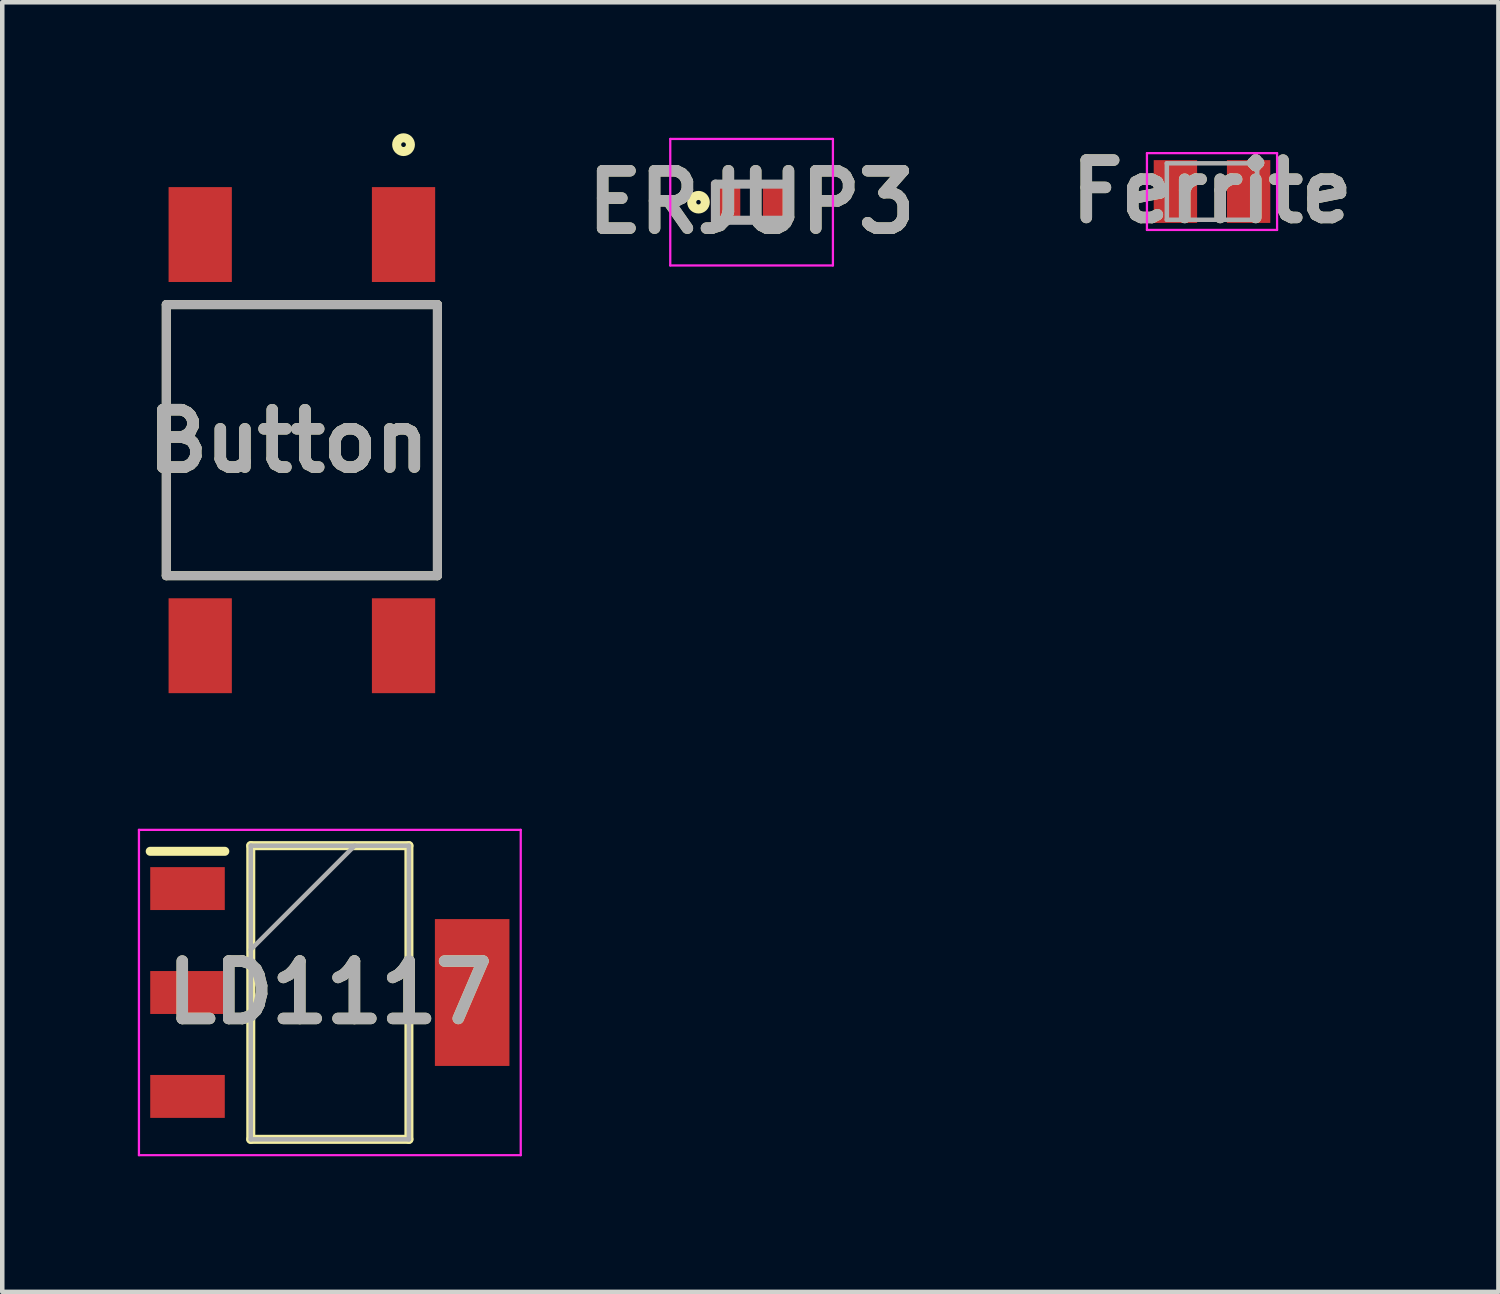
<source format=kicad_pcb>
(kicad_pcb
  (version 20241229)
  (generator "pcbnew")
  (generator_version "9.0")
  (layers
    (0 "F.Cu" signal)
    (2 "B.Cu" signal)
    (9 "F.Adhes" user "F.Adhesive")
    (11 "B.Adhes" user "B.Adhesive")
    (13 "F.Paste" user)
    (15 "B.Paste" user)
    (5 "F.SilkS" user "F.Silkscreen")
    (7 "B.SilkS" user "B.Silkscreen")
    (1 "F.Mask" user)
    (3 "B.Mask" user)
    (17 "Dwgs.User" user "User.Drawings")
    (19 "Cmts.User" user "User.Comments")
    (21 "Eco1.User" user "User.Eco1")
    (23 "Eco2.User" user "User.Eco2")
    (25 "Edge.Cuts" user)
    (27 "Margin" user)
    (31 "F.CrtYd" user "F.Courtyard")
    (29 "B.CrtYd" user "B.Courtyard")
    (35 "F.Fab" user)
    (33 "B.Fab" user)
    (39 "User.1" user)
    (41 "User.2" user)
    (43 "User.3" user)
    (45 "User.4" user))
  (footprint "LD1117"
    (layer "F.Cu")
    (at 4.25 18.916)
    (property "Reference" "LD1117" (at 0 0 0) (layer "F.SilkS") (effects (font (size 1.27 1.27) (thickness 0.254))))
    (attr smd)
    (fp_line (start -3.975 -3.125) (end -2.325 -3.125) (stroke (width 0.2) (type solid)) (layer "F.SilkS"))
    (fp_line (start -1.75 -3.25) (end 1.75 -3.25) (stroke (width 0.2) (type solid)) (layer "F.SilkS"))
    (fp_line (start -1.75 3.25) (end -1.75 -3.25) (stroke (width 0.2) (type solid)) (layer "F.SilkS"))
    (fp_line (start 1.75 -3.25) (end 1.75 3.25) (stroke (width 0.2) (type solid)) (layer "F.SilkS"))
    (fp_line (start 1.75 3.25) (end -1.75 3.25) (stroke (width 0.2) (type solid)) (layer "F.SilkS"))
    (fp_line (start -4.225 -3.6) (end 4.225 -3.6) (stroke (width 0.05) (type solid)) (layer "F.CrtYd"))
    (fp_line (start -4.225 3.6) (end -4.225 -3.6) (stroke (width 0.05) (type solid)) (layer "F.CrtYd"))
    (fp_line (start 4.225 -3.6) (end 4.225 3.6) (stroke (width 0.05) (type solid)) (layer "F.CrtYd"))
    (fp_line (start 4.225 3.6) (end -4.225 3.6) (stroke (width 0.05) (type solid)) (layer "F.CrtYd"))
    (fp_line (start -1.75 -3.25) (end 1.75 -3.25) (stroke (width 0.1) (type solid)) (layer "F.Fab"))
    (fp_line (start -1.75 -0.95) (end 0.55 -3.25) (stroke (width 0.1) (type solid)) (layer "F.Fab"))
    (fp_line (start -1.75 3.25) (end -1.75 -3.25) (stroke (width 0.1) (type solid)) (layer "F.Fab"))
    (fp_line (start 1.75 -3.25) (end 1.75 3.25) (stroke (width 0.1) (type solid)) (layer "F.Fab"))
    (fp_line (start 1.75 3.25) (end -1.75 3.25) (stroke (width 0.1) (type solid)) (layer "F.Fab"))
    (fp_text user "${REFERENCE}" (at 0 0 0) (layer "F.Fab") (effects (font (size 1.27 1.27) (thickness 0.254))))
    (pad "1" smd rect (at -3.15 -2.3 90) (size 0.95 1.65) (layers "F.Cu" "F.Mask" "F.Paste"))
    (pad "2" smd rect (at -3.15 0 90) (size 0.95 1.65) (layers "F.Cu" "F.Mask" "F.Paste"))
    (pad "3" smd rect (at -3.15 2.3 90) (size 0.95 1.65) (layers "F.Cu" "F.Mask" "F.Paste"))
    (pad "4" smd rect (at 3.15 0) (size 1.65 3.25) (layers "F.Cu" "F.Mask" "F.Paste")))
  (footprint "Button"
    (layer "F.Cu")
    (at 3.631 6.691)
    (property "Reference" "Button" (at -0.293 0.022 0) (layer "F.SilkS") (effects (font (size 1.27 1.27) (thickness 0.254))))
    (attr smd)
    (fp_line (start -3 -3) (end -3 3) (stroke (width 0.2) (type solid)) (layer "F.SilkS"))
    (fp_line (start -3 3) (end 3 3) (stroke (width 0.2) (type solid)) (layer "F.SilkS"))
    (fp_line (start 3 -3) (end -3 -3) (stroke (width 0.2) (type solid)) (layer "F.SilkS"))
    (fp_line (start 3 3) (end 3 -3) (stroke (width 0.2) (type solid)) (layer "F.SilkS"))
    (fp_circle (center 2.25 -6.539) (end 2.25 -6.487) (stroke (width 0.2) (type solid)) (fill no) (layer "F.SilkS"))
    (fp_line (start -3 -3) (end 3 -3) (stroke (width 0.2) (type solid)) (layer "F.Fab"))
    (fp_line (start -3 3) (end -3 -3) (stroke (width 0.2) (type solid)) (layer "F.Fab"))
    (fp_line (start 3 -3) (end 3 3) (stroke (width 0.2) (type solid)) (layer "F.Fab"))
    (fp_line (start 3 3) (end -3 3) (stroke (width 0.2) (type solid)) (layer "F.Fab"))
    (fp_text user "${REFERENCE}" (at -0.293 0.022 0) (layer "F.Fab") (effects (font (size 1.27 1.27) (thickness 0.254))))
    (pad "1" smd rect (at 2.25 -4.55) (size 1.4 2.1) (layers "F.Cu" "F.Mask" "F.Paste"))
    (pad "2" smd rect (at 2.25 4.55) (size 1.4 2.1) (layers "F.Cu" "F.Mask" "F.Paste"))
    (pad "3" smd rect (at -2.25 -4.55) (size 1.4 2.1) (layers "F.Cu" "F.Mask" "F.Paste"))
    (pad "4" smd rect (at -2.25 4.55) (size 1.4 2.1) (layers "F.Cu" "F.Mask" "F.Paste")))
  (footprint "ERJUP3"
    (layer "F.Cu")
    (at 13.584 1.425)
    (property "Reference" "ERJUP3" (at 0 0 0) (layer "F.SilkS") (effects (font (size 1.27 1.27) (thickness 0.254))))
    (attr smd)
    (fp_circle (center -1.175 0) (end -1.175 0.05) (stroke (width 0.2) (type solid)) (fill no) (layer "F.SilkS"))
    (fp_line (start -1.8 -1.4) (end 1.8 -1.4) (stroke (width 0.05) (type solid)) (layer "F.CrtYd"))
    (fp_line (start -1.8 1.4) (end -1.8 -1.4) (stroke (width 0.05) (type solid)) (layer "F.CrtYd"))
    (fp_line (start 1.8 -1.4) (end 1.8 1.4) (stroke (width 0.05) (type solid)) (layer "F.CrtYd"))
    (fp_line (start 1.8 1.4) (end -1.8 1.4) (stroke (width 0.05) (type solid)) (layer "F.CrtYd"))
    (fp_line (start -0.8 -0.4) (end 0.8 -0.4) (stroke (width 0.2) (type solid)) (layer "F.Fab"))
    (fp_line (start -0.8 0.4) (end -0.8 -0.4) (stroke (width 0.2) (type solid)) (layer "F.Fab"))
    (fp_line (start 0.8 -0.4) (end 0.8 0.4) (stroke (width 0.2) (type solid)) (layer "F.Fab"))
    (fp_line (start 0.8 0.4) (end -0.8 0.4) (stroke (width 0.2) (type solid)) (layer "F.Fab"))
    (fp_text user "${REFERENCE}" (at 0 0 0) (layer "F.Fab") (effects (font (size 1.27 1.27) (thickness 0.254))))
    (pad "1" smd rect (at -0.575 0) (size 0.65 0.9) (layers "F.Cu" "F.Mask" "F.Paste"))
    (pad "2" smd rect (at 0.575 0) (size 0.65 0.9) (layers "F.Cu" "F.Mask" "F.Paste")))
  (footprint "Ferrite"
    (layer "F.Cu")
    (at 23.774 1.189)
    (property "Reference" "Ferrite" (at 0 0 0) (layer "F.SilkS") (effects (font (size 1.27 1.27) (thickness 0.254))))
    (attr smd)
    (fp_line (start -1.44 -0.85) (end 1.44 -0.85) (stroke (width 0.05) (type solid)) (layer "F.CrtYd"))
    (fp_line (start -1.44 0.85) (end -1.44 -0.85) (stroke (width 0.05) (type solid)) (layer "F.CrtYd"))
    (fp_line (start 1.44 -0.85) (end 1.44 0.85) (stroke (width 0.05) (type solid)) (layer "F.CrtYd"))
    (fp_line (start 1.44 0.85) (end -1.44 0.85) (stroke (width 0.05) (type solid)) (layer "F.CrtYd"))
    (fp_line (start -1 -0.625) (end 1 -0.625) (stroke (width 0.1) (type solid)) (layer "F.Fab"))
    (fp_line (start -1 0.625) (end -1 -0.625) (stroke (width 0.1) (type solid)) (layer "F.Fab"))
    (fp_line (start 1 -0.625) (end 1 0.625) (stroke (width 0.1) (type solid)) (layer "F.Fab"))
    (fp_line (start 1 0.625) (end -1 0.625) (stroke (width 0.1) (type solid)) (layer "F.Fab"))
    (fp_text user "${REFERENCE}" (at 0 0 0) (layer "F.Fab") (effects (font (size 1.27 1.27) (thickness 0.254))))
    (pad "1" smd rect (at -0.81 0) (size 0.96 1.39) (layers "F.Cu" "F.Mask" "F.Paste"))
    (pad "2" smd rect (at 0.81 0) (size 0.96 1.39) (layers "F.Cu" "F.Mask" "F.Paste")))
  (gr_rect
    (start -3 -3)
    (end 30.113 25.541)
    (stroke (width 0.1) (type default))
    (fill no)
    (layer "Edge.Cuts")))
</source>
